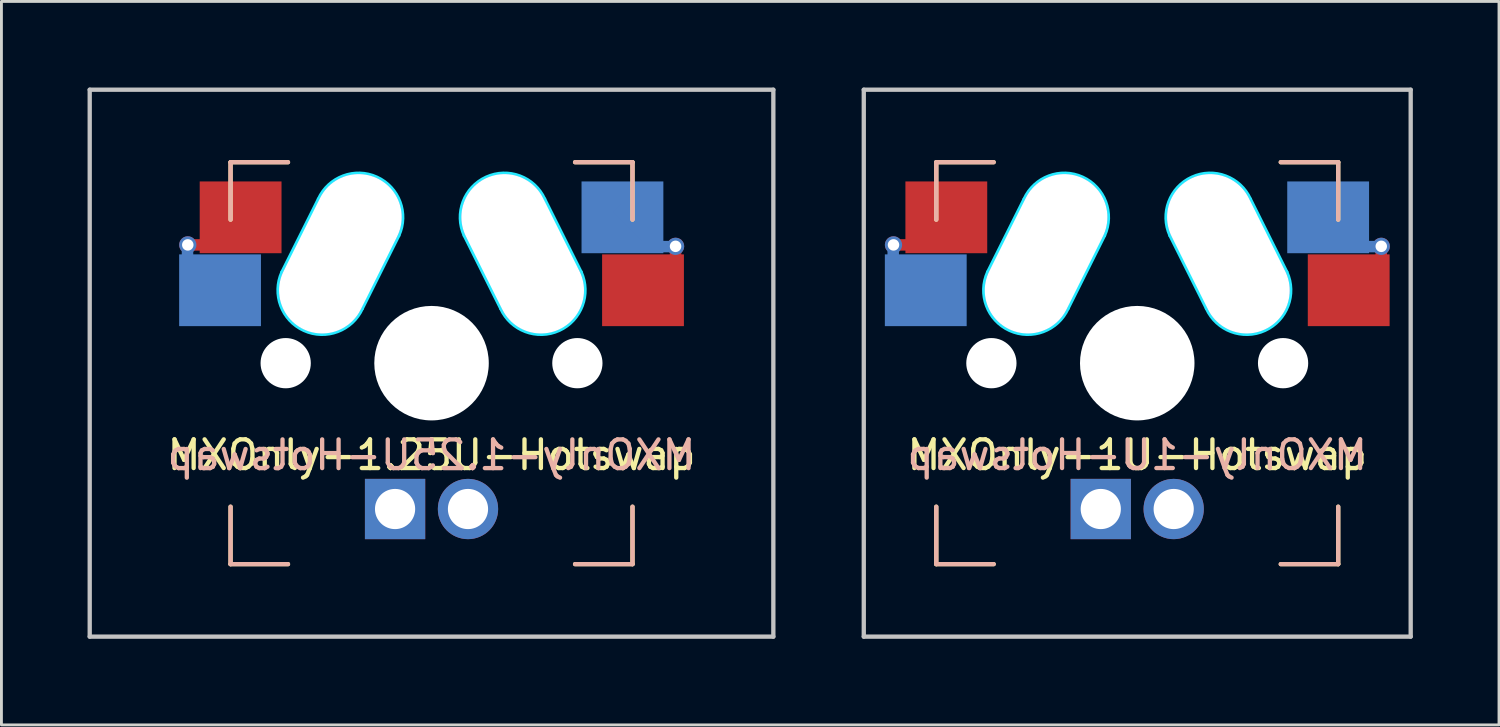
<source format=kicad_pcb>
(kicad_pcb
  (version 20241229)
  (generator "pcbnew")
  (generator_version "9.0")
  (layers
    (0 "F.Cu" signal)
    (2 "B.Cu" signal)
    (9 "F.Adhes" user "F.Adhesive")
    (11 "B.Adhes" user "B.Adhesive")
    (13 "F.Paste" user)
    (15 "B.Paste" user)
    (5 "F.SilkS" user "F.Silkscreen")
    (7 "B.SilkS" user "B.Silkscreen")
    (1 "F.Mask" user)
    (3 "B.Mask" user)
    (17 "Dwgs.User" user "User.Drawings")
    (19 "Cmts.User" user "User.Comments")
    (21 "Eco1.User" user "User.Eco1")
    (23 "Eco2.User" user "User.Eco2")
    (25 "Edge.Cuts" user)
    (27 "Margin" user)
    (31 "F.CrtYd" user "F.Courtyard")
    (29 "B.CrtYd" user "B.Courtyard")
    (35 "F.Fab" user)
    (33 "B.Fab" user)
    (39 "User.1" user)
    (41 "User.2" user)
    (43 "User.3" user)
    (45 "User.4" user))
  (footprint "MXOnly-1.25U-Hotswap"
    (layer "F.Cu")
    (at 11.981 9.6)
    (property "Reference" "MXOnly-1.25U-Hotswap" (at 0 3.2 0) (layer "B.SilkS") (effects (font (size 1 1) (thickness 0.15)) (justify mirror)))
    (attr smd)
    (fp_line (start -7 -7) (end -7 -5) (stroke (width 0.15) (type solid)) (layer "F.SilkS"))
    (fp_line (start -7 5) (end -7 7) (stroke (width 0.15) (type solid)) (layer "F.SilkS"))
    (fp_line (start -7 7) (end -5 7) (stroke (width 0.15) (type solid)) (layer "F.SilkS"))
    (fp_line (start -5 -7) (end -7 -7) (stroke (width 0.15) (type solid)) (layer "F.SilkS"))
    (fp_line (start 5 -7) (end 7 -7) (stroke (width 0.15) (type solid)) (layer "F.SilkS"))
    (fp_line (start 5 7) (end 7 7) (stroke (width 0.15) (type solid)) (layer "F.SilkS"))
    (fp_line (start 7 -7) (end 7 -5) (stroke (width 0.15) (type solid)) (layer "F.SilkS"))
    (fp_line (start 7 7) (end 7 5) (stroke (width 0.15) (type solid)) (layer "F.SilkS"))
    (fp_line (start -7 -7) (end -5 -7) (stroke (width 0.15) (type solid)) (layer "B.SilkS"))
    (fp_line (start -7 -5) (end -7 -7) (stroke (width 0.15) (type solid)) (layer "B.SilkS"))
    (fp_line (start -7 5) (end -7 7) (stroke (width 0.15) (type solid)) (layer "B.SilkS"))
    (fp_line (start -7 7) (end -5 7) (stroke (width 0.15) (type solid)) (layer "B.SilkS"))
    (fp_line (start 5 -7) (end 7 -7) (stroke (width 0.15) (type solid)) (layer "B.SilkS"))
    (fp_line (start 5 7) (end 7 7) (stroke (width 0.15) (type solid)) (layer "B.SilkS"))
    (fp_line (start 7 -7) (end 7 -5) (stroke (width 0.15) (type solid)) (layer "B.SilkS"))
    (fp_line (start 7 7) (end 7 5) (stroke (width 0.15) (type solid)) (layer "B.SilkS"))
    (fp_line (start -11.906 -9.525) (end 11.906 -9.525) (stroke (width 0.15) (type solid)) (layer "Dwgs.User"))
    (fp_line (start -11.906 9.525) (end -11.906 -9.525) (stroke (width 0.15) (type solid)) (layer "Dwgs.User"))
    (fp_line (start 11.906 -9.525) (end 11.906 9.525) (stroke (width 0.15) (type solid)) (layer "Dwgs.User"))
    (fp_line (start 11.906 9.525) (end -11.906 9.525) (stroke (width 0.15) (type solid)) (layer "Dwgs.User"))
    (fp_circle (center -3.81 -2.54) (end -5.26 -2.54) (stroke (width 0.1) (type solid)) (fill no) (layer "Cmts.User"))
    (fp_circle (center -2.54 -5.08) (end -1.09 -5.08) (stroke (width 0.1) (type solid)) (fill no) (layer "Cmts.User"))
    (fp_circle (center 2.54 -5.08) (end 1.09 -5.08) (stroke (width 0.1) (type solid)) (fill no) (layer "Cmts.User"))
    (fp_circle (center 3.81 -2.54) (end 5.26 -2.54) (stroke (width 0.1) (type solid)) (fill no) (layer "Cmts.User"))
    (fp_line (start -5.207 -3.175) (end -3.937 -5.715) (stroke (width 0.12) (type solid)) (layer "B.CrtYd"))
    (fp_line (start -1.143 -4.445) (end -2.413 -1.905) (stroke (width 0.12) (type solid)) (layer "B.CrtYd"))
    (fp_line (start 1.143 -4.445) (end 2.413 -1.905) (stroke (width 0.12) (type solid)) (layer "B.CrtYd"))
    (fp_line (start 5.207 -3.175) (end 3.937 -5.715) (stroke (width 0.12) (type solid)) (layer "B.CrtYd"))
    (fp_arc (start -3.936998 -5.714998) (mid -1.905 -6.476998) (end -1.143 -4.445) (stroke (width 0.12) (type solid)) (layer "B.CrtYd"))
    (fp_arc (start -2.412998 -1.905) (mid -4.444999 -1.142999) (end -5.207 -3.175001) (stroke (width 0.12) (type solid)) (layer "B.CrtYd"))
    (fp_arc (start 1.143 -4.445) (mid 1.905 -6.476998) (end 3.936998 -5.714998) (stroke (width 0.12) (type solid)) (layer "B.CrtYd"))
    (fp_arc (start 5.207 -3.175001) (mid 4.445 -1.142999) (end 2.412998 -1.905) (stroke (width 0.12) (type solid)) (layer "B.CrtYd"))
    (fp_text user "${REFERENCE}" (at 0 3.198 0) (layer "F.SilkS") (effects (font (size 1 1) (thickness 0.15))))
    (pad "" np_thru_hole circle (at -5.08 0 48.1) (size 1.75 1.75) (drill 1.75) (layers "*.Cu" "*.Mask"))
    (pad "" np_thru_hole roundrect (at -3.175 -3.81 63.5) (size 5.95 3.1) (drill oval 5.85 3) (layers "*.Cu" "*.Mask") (roundrect_rratio 0.5))
    (pad "" np_thru_hole circle (at 0 0) (size 3.988 3.988) (drill 3.988) (layers "*.Cu" "*.Mask"))
    (pad "" np_thru_hole roundrect (at 3.175 -3.81 296.5) (size 5.95 3.1) (drill oval 5.85 3) (layers "*.Cu" "*.Mask") (roundrect_rratio 0.5))
    (pad "" np_thru_hole circle (at 5.08 0 48.1) (size 1.75 1.75) (drill 1.75) (layers "*.Cu" "*.Mask"))
    (pad "1" smd rect (at 6.65 -5.08) (size 2.85 2.5) (layers "B.Cu" "B.Mask" "B.Paste"))
    (pad "1" smd rect (at 7.2 -4.7 135) (size 2 0.4) (layers "B.Cu" "B.Mask"))
    (pad "1" smd rect (at 7.366 -2.54) (size 2.85 2.5) (layers "F.Cu" "F.Mask" "F.Paste"))
    (pad "1" smd rect (at 7.7 -4.06) (size 2 0.4) (layers "B.Cu"))
    (pad "1" smd rect (at 7.9 -2.8 225) (size 2 0.4) (layers "F.Cu" "F.Mask"))
    (pad "1" thru_hole circle (at 8.5 -4.07 270) (size 0.6 0.6) (drill 0.4) (layers "*.Cu" "*.Mask"))
    (pad "1" smd rect (at 8.5 -3.3 270) (size 2 0.4) (layers "F.Cu"))
    (pad "2" smd rect (at -8.5 -3.3 90) (size 2 0.4) (layers "B.Cu"))
    (pad "2" thru_hole circle (at -8.49 -4.12) (size 0.6 0.6) (drill 0.4) (layers "*.Cu" "*.Mask"))
    (pad "2" smd rect (at -7.9 -2.8 135) (size 2 0.4) (layers "B.Cu" "B.Mask"))
    (pad "2" smd rect (at -7.6 -4.12) (size 2 0.4) (layers "F.Cu"))
    (pad "2" smd rect (at -7.366 -2.54) (size 2.85 2.5) (layers "B.Cu" "B.Mask" "B.Paste"))
    (pad "2" smd rect (at -7.1 -4.7 45) (size 2 0.4) (layers "F.Cu" "F.Mask"))
    (pad "2" smd rect (at -6.65 -5.08) (size 2.85 2.5) (layers "F.Cu" "F.Mask" "F.Paste"))
    (pad "3" thru_hole rect (at -1.27 5.08) (size 2.1 2.1) (drill 1.4) (layers "*.Cu" "*.Mask"))
    (pad "4" thru_hole circle (at 1.27 5.08) (size 2.1 2.1) (drill 1.4) (layers "*.Cu" "*.Mask")))
  (footprint "MXOnly-1U-Hotswap"
    (layer "F.Cu")
    (at 36.562 9.6)
    (property "Reference" "MXOnly-1U-Hotswap" (at 0 3.198 0) (layer "B.SilkS") (effects (font (size 1 1) (thickness 0.15)) (justify mirror)))
    (attr smd)
    (fp_line (start -7 -7) (end -7 -5) (stroke (width 0.15) (type solid)) (layer "F.SilkS"))
    (fp_line (start -7 5) (end -7 7) (stroke (width 0.15) (type solid)) (layer "F.SilkS"))
    (fp_line (start -7 7) (end -5 7) (stroke (width 0.15) (type solid)) (layer "F.SilkS"))
    (fp_line (start -5 -7) (end -7 -7) (stroke (width 0.15) (type solid)) (layer "F.SilkS"))
    (fp_line (start 5 -7) (end 7 -7) (stroke (width 0.15) (type solid)) (layer "F.SilkS"))
    (fp_line (start 5 7) (end 7 7) (stroke (width 0.15) (type solid)) (layer "F.SilkS"))
    (fp_line (start 7 -7) (end 7 -5) (stroke (width 0.15) (type solid)) (layer "F.SilkS"))
    (fp_line (start 7 7) (end 7 5) (stroke (width 0.15) (type solid)) (layer "F.SilkS"))
    (fp_line (start -7 -7) (end -5 -7) (stroke (width 0.15) (type solid)) (layer "B.SilkS"))
    (fp_line (start -7 -5) (end -7 -7) (stroke (width 0.15) (type solid)) (layer "B.SilkS"))
    (fp_line (start -7 5) (end -7 7) (stroke (width 0.15) (type solid)) (layer "B.SilkS"))
    (fp_line (start -7 7) (end -5 7) (stroke (width 0.15) (type solid)) (layer "B.SilkS"))
    (fp_line (start 5 -7) (end 7 -7) (stroke (width 0.15) (type solid)) (layer "B.SilkS"))
    (fp_line (start 5 7) (end 7 7) (stroke (width 0.15) (type solid)) (layer "B.SilkS"))
    (fp_line (start 7 -7) (end 7 -5) (stroke (width 0.15) (type solid)) (layer "B.SilkS"))
    (fp_line (start 7 7) (end 7 5) (stroke (width 0.15) (type solid)) (layer "B.SilkS"))
    (fp_line (start -9.525 -9.525) (end 9.525 -9.525) (stroke (width 0.15) (type solid)) (layer "Dwgs.User"))
    (fp_line (start -9.525 9.525) (end -9.525 -9.525) (stroke (width 0.15) (type solid)) (layer "Dwgs.User"))
    (fp_line (start 9.525 -9.525) (end 9.525 9.525) (stroke (width 0.15) (type solid)) (layer "Dwgs.User"))
    (fp_line (start 9.525 9.525) (end -9.525 9.525) (stroke (width 0.15) (type solid)) (layer "Dwgs.User"))
    (fp_circle (center -3.81 -2.54) (end -5.26 -2.54) (stroke (width 0.1) (type solid)) (fill no) (layer "Cmts.User"))
    (fp_circle (center -2.54 -5.08) (end -1.09 -5.08) (stroke (width 0.1) (type solid)) (fill no) (layer "Cmts.User"))
    (fp_circle (center 2.54 -5.08) (end 1.09 -5.08) (stroke (width 0.1) (type solid)) (fill no) (layer "Cmts.User"))
    (fp_circle (center 3.81 -2.54) (end 5.26 -2.54) (stroke (width 0.1) (type solid)) (fill no) (layer "Cmts.User"))
    (fp_line (start -5.207 -3.175) (end -3.937 -5.715) (stroke (width 0.12) (type solid)) (layer "B.CrtYd"))
    (fp_line (start -1.143 -4.445) (end -2.413 -1.905) (stroke (width 0.12) (type solid)) (layer "B.CrtYd"))
    (fp_line (start 1.143 -4.445) (end 2.413 -1.905) (stroke (width 0.12) (type solid)) (layer "B.CrtYd"))
    (fp_line (start 5.207 -3.175) (end 3.937 -5.715) (stroke (width 0.12) (type solid)) (layer "B.CrtYd"))
    (fp_arc (start -3.936998 -5.714998) (mid -1.905 -6.476998) (end -1.143 -4.445) (stroke (width 0.12) (type solid)) (layer "B.CrtYd"))
    (fp_arc (start -2.412998 -1.905) (mid -4.444999 -1.142999) (end -5.207 -3.175001) (stroke (width 0.12) (type solid)) (layer "B.CrtYd"))
    (fp_arc (start 1.143 -4.445) (mid 1.905 -6.476998) (end 3.936998 -5.714998) (stroke (width 0.12) (type solid)) (layer "B.CrtYd"))
    (fp_arc (start 5.207 -3.175001) (mid 4.445 -1.142999) (end 2.412998 -1.905) (stroke (width 0.12) (type solid)) (layer "B.CrtYd"))
    (fp_text user "${REFERENCE}" (at 0 3.198 0) (layer "F.SilkS") (effects (font (size 1 1) (thickness 0.15))))
    (pad "" np_thru_hole circle (at -5.08 0 48.1) (size 1.75 1.75) (drill 1.75) (layers "*.Cu" "*.Mask"))
    (pad "" np_thru_hole roundrect (at -3.175 -3.81 63.5) (size 5.95 3.1) (drill oval 5.85 3) (layers "*.Cu" "*.Mask") (roundrect_rratio 0.5))
    (pad "" np_thru_hole circle (at 0 0) (size 3.988 3.988) (drill 3.988) (layers "*.Cu" "*.Mask"))
    (pad "" np_thru_hole roundrect (at 3.175 -3.81 296.5) (size 5.95 3.1) (drill oval 5.85 3) (layers "*.Cu" "*.Mask") (roundrect_rratio 0.5))
    (pad "" np_thru_hole circle (at 5.08 0 48.1) (size 1.75 1.75) (drill 1.75) (layers "*.Cu" "*.Mask"))
    (pad "1" smd rect (at 6.65 -5.08) (size 2.85 2.5) (layers "B.Cu" "B.Mask" "B.Paste"))
    (pad "1" smd rect (at 7.2 -4.7 135) (size 2 0.4) (layers "B.Cu" "B.Mask"))
    (pad "1" smd rect (at 7.366 -2.54) (size 2.85 2.5) (layers "F.Cu" "F.Mask" "F.Paste"))
    (pad "1" smd rect (at 7.7 -4.06) (size 2 0.4) (layers "B.Cu"))
    (pad "1" smd rect (at 7.9 -2.8 225) (size 2 0.4) (layers "F.Cu" "F.Mask"))
    (pad "1" thru_hole circle (at 8.5 -4.07 270) (size 0.6 0.6) (drill 0.4) (layers "*.Cu" "*.Mask"))
    (pad "1" smd rect (at 8.5 -3.3 270) (size 2 0.4) (layers "F.Cu"))
    (pad "2" smd rect (at -8.5 -3.3 90) (size 2 0.4) (layers "B.Cu"))
    (pad "2" thru_hole circle (at -8.49 -4.12) (size 0.6 0.6) (drill 0.4) (layers "*.Cu" "*.Mask"))
    (pad "2" smd rect (at -7.9 -2.8 135) (size 2 0.4) (layers "B.Cu" "B.Mask"))
    (pad "2" smd rect (at -7.6 -4.12) (size 2 0.4) (layers "F.Cu"))
    (pad "2" smd rect (at -7.366 -2.54) (size 2.85 2.5) (layers "B.Cu" "B.Mask" "B.Paste"))
    (pad "2" smd rect (at -7.1 -4.7 45) (size 2 0.4) (layers "F.Cu" "F.Mask"))
    (pad "2" smd rect (at -6.65 -5.08) (size 2.85 2.5) (layers "F.Cu" "F.Mask" "F.Paste"))
    (pad "3" thru_hole rect (at -1.27 5.08) (size 2.1 2.1) (drill 1.4) (layers "*.Cu" "*.Mask"))
    (pad "4" thru_hole circle (at 1.27 5.08) (size 2.1 2.1) (drill 1.4) (layers "*.Cu" "*.Mask")))
  (gr_rect
    (start -3 -3)
    (end 49.163 22.2)
    (stroke (width 0.1) (type default))
    (fill no)
    (layer "Edge.Cuts")))
</source>
